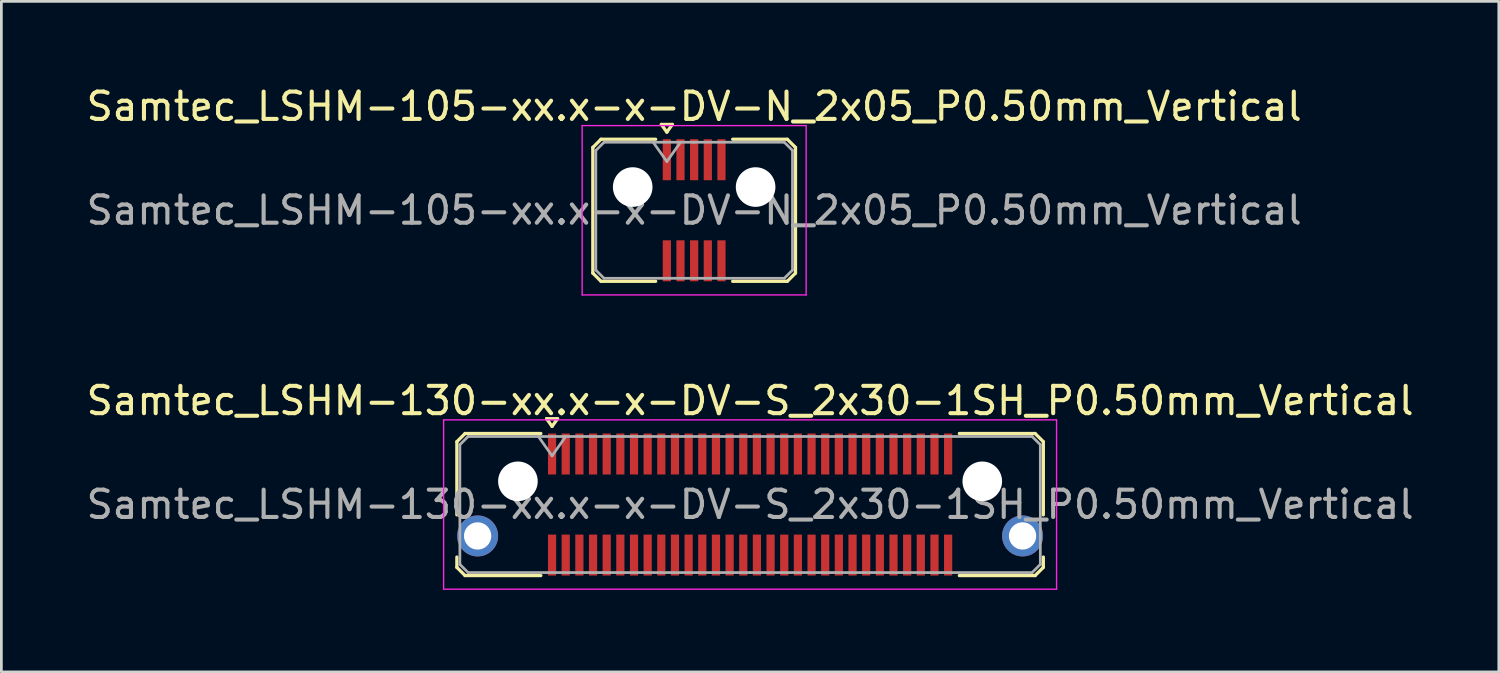
<source format=kicad_pcb>
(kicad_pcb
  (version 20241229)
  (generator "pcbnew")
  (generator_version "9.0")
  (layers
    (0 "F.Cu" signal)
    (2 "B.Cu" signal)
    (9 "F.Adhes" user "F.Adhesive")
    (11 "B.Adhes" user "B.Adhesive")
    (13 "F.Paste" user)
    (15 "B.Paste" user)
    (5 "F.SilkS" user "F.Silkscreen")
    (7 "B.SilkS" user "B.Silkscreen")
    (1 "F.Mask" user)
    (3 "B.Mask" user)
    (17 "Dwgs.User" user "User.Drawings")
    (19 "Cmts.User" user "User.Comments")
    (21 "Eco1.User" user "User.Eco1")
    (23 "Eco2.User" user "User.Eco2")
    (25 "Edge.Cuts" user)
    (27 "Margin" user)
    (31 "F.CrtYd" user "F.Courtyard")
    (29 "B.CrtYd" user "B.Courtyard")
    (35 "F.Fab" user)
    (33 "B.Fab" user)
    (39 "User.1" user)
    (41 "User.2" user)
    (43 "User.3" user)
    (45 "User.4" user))
  (footprint "Samtec_LSHM-105-xx.x-x-DV-N_2x05_P0.50mm_Vertical"
    (layer "F.Cu")
    (at 22.363 4.648)
    (property "Reference" "Samtec_LSHM-105-xx.x-x-DV-N_2x05_P0.50mm_Vertical" (at 0 -3.8 0) (layer "F.SilkS") (effects (font (size 1 1) (thickness 0.15))))
    (attr smd)
    (fp_line (start -3.71 -2.3) (end -3.71 2.3) (stroke (width 0.12) (type solid)) (layer "F.SilkS"))
    (fp_line (start -3.71 2.3) (end -3.41 2.6) (stroke (width 0.12) (type solid)) (layer "F.SilkS"))
    (fp_line (start -3.41 -2.6) (end -3.71 -2.3) (stroke (width 0.12) (type solid)) (layer "F.SilkS"))
    (fp_line (start -3.41 2.6) (end -1.41 2.6) (stroke (width 0.12) (type solid)) (layer "F.SilkS"))
    (fp_line (start -1.41 -2.6) (end -3.41 -2.6) (stroke (width 0.12) (type solid)) (layer "F.SilkS"))
    (fp_line (start -1.2 -3.143) (end -0.8 -3.143) (stroke (width 0.12) (type solid)) (layer "F.SilkS"))
    (fp_line (start -1 -2.86) (end -1.2 -3.143) (stroke (width 0.12) (type solid)) (layer "F.SilkS"))
    (fp_line (start -0.8 -3.143) (end -1 -2.86) (stroke (width 0.12) (type solid)) (layer "F.SilkS"))
    (fp_line (start 1.41 -2.6) (end 3.41 -2.6) (stroke (width 0.12) (type solid)) (layer "F.SilkS"))
    (fp_line (start 3.41 -2.6) (end 3.71 -2.3) (stroke (width 0.12) (type solid)) (layer "F.SilkS"))
    (fp_line (start 3.41 2.6) (end 1.41 2.6) (stroke (width 0.12) (type solid)) (layer "F.SilkS"))
    (fp_line (start 3.71 -2.3) (end 3.71 2.3) (stroke (width 0.12) (type solid)) (layer "F.SilkS"))
    (fp_line (start 3.71 2.3) (end 3.41 2.6) (stroke (width 0.12) (type solid)) (layer "F.SilkS"))
    (fp_line (start -4.1 -3.1) (end -4.1 3.1) (stroke (width 0.05) (type solid)) (layer "F.CrtYd"))
    (fp_line (start -4.1 3.1) (end 4.1 3.1) (stroke (width 0.05) (type solid)) (layer "F.CrtYd"))
    (fp_line (start 4.1 -3.1) (end -4.1 -3.1) (stroke (width 0.05) (type solid)) (layer "F.CrtYd"))
    (fp_line (start 4.1 3.1) (end 4.1 -3.1) (stroke (width 0.05) (type solid)) (layer "F.CrtYd"))
    (fp_line (start -3.6 -2.19) (end -3.6 2.19) (stroke (width 0.1) (type solid)) (layer "F.Fab"))
    (fp_line (start -3.6 2.19) (end -3.3 2.49) (stroke (width 0.1) (type solid)) (layer "F.Fab"))
    (fp_line (start -3.3 -2.49) (end -3.6 -2.19) (stroke (width 0.1) (type solid)) (layer "F.Fab"))
    (fp_line (start -3.3 2.49) (end 0 2.49) (stroke (width 0.1) (type solid)) (layer "F.Fab"))
    (fp_line (start -1.5 -2.49) (end -1 -1.783) (stroke (width 0.1) (type solid)) (layer "F.Fab"))
    (fp_line (start -1 -1.783) (end -0.5 -2.49) (stroke (width 0.1) (type solid)) (layer "F.Fab"))
    (fp_line (start 0 -2.49) (end -3.3 -2.49) (stroke (width 0.1) (type solid)) (layer "F.Fab"))
    (fp_line (start 0 -2.49) (end 3.3 -2.49) (stroke (width 0.1) (type solid)) (layer "F.Fab"))
    (fp_line (start 3.3 -2.49) (end 3.6 -2.19) (stroke (width 0.1) (type solid)) (layer "F.Fab"))
    (fp_line (start 3.3 2.49) (end 0 2.49) (stroke (width 0.1) (type solid)) (layer "F.Fab"))
    (fp_line (start 3.6 -2.19) (end 3.6 2.19) (stroke (width 0.1) (type solid)) (layer "F.Fab"))
    (fp_line (start 3.6 2.19) (end 3.3 2.49) (stroke (width 0.1) (type solid)) (layer "F.Fab"))
    (fp_text user "${REFERENCE}" (at 0 0 0) (layer "F.Fab") (effects (font (size 1 1) (thickness 0.15))))
    (pad "" np_thru_hole circle (at -2.25 -0.85) (size 1.45 1.45) (drill 1.45) (layers "*.Cu" "*.Mask"))
    (pad "" np_thru_hole circle (at 2.25 -0.85) (size 1.45 1.45) (drill 1.45) (layers "*.Cu" "*.Mask"))
    (pad "1" smd rect (at -1 -1.85) (size 0.3 1.5) (layers "F.Cu" "F.Mask" "F.Paste"))
    (pad "2" smd rect (at -1 1.85) (size 0.3 1.5) (layers "F.Cu" "F.Mask" "F.Paste"))
    (pad "3" smd rect (at -0.5 -1.85) (size 0.3 1.5) (layers "F.Cu" "F.Mask" "F.Paste"))
    (pad "4" smd rect (at -0.5 1.85) (size 0.3 1.5) (layers "F.Cu" "F.Mask" "F.Paste"))
    (pad "5" smd rect (at 0 -1.85) (size 0.3 1.5) (layers "F.Cu" "F.Mask" "F.Paste"))
    (pad "6" smd rect (at 0 1.85) (size 0.3 1.5) (layers "F.Cu" "F.Mask" "F.Paste"))
    (pad "7" smd rect (at 0.5 -1.85) (size 0.3 1.5) (layers "F.Cu" "F.Mask" "F.Paste"))
    (pad "8" smd rect (at 0.5 1.85) (size 0.3 1.5) (layers "F.Cu" "F.Mask" "F.Paste"))
    (pad "9" smd rect (at 1 -1.85) (size 0.3 1.5) (layers "F.Cu" "F.Mask" "F.Paste"))
    (pad "10" smd rect (at 1 1.85) (size 0.3 1.5) (layers "F.Cu" "F.Mask" "F.Paste")))
  (footprint "Samtec_LSHM-130-xx.x-x-DV-S_2x30-1SH_P0.50mm_Vertical"
    (layer "F.Cu")
    (at 24.411 15.421)
    (property "Reference" "Samtec_LSHM-130-xx.x-x-DV-S_2x30-1SH_P0.50mm_Vertical" (at 0 -3.8 0) (layer "F.SilkS") (effects (font (size 1 1) (thickness 0.15))))
    (attr smd)
    (fp_line (start -10.735 -2.3) (end -10.735 0.377) (stroke (width 0.12) (type solid)) (layer "F.SilkS"))
    (fp_line (start -10.735 1.923) (end -10.735 2.3) (stroke (width 0.12) (type solid)) (layer "F.SilkS"))
    (fp_line (start -10.735 2.3) (end -10.435 2.6) (stroke (width 0.12) (type solid)) (layer "F.SilkS"))
    (fp_line (start -10.435 -2.6) (end -10.735 -2.3) (stroke (width 0.12) (type solid)) (layer "F.SilkS"))
    (fp_line (start -10.435 2.6) (end -7.66 2.6) (stroke (width 0.12) (type solid)) (layer "F.SilkS"))
    (fp_line (start -7.66 -2.6) (end -10.435 -2.6) (stroke (width 0.12) (type solid)) (layer "F.SilkS"))
    (fp_line (start -7.45 -3.143) (end -7.05 -3.143) (stroke (width 0.12) (type solid)) (layer "F.SilkS"))
    (fp_line (start -7.25 -2.86) (end -7.45 -3.143) (stroke (width 0.12) (type solid)) (layer "F.SilkS"))
    (fp_line (start -7.05 -3.143) (end -7.25 -2.86) (stroke (width 0.12) (type solid)) (layer "F.SilkS"))
    (fp_line (start 7.66 -2.6) (end 10.435 -2.6) (stroke (width 0.12) (type solid)) (layer "F.SilkS"))
    (fp_line (start 10.435 -2.6) (end 10.735 -2.3) (stroke (width 0.12) (type solid)) (layer "F.SilkS"))
    (fp_line (start 10.435 2.6) (end 7.66 2.6) (stroke (width 0.12) (type solid)) (layer "F.SilkS"))
    (fp_line (start 10.735 -2.3) (end 10.735 0.377) (stroke (width 0.12) (type solid)) (layer "F.SilkS"))
    (fp_line (start 10.735 1.923) (end 10.735 2.3) (stroke (width 0.12) (type solid)) (layer "F.SilkS"))
    (fp_line (start 10.735 2.3) (end 10.435 2.6) (stroke (width 0.12) (type solid)) (layer "F.SilkS"))
    (fp_line (start -11.22 -3.1) (end -11.22 3.1) (stroke (width 0.05) (type solid)) (layer "F.CrtYd"))
    (fp_line (start -11.22 3.1) (end 11.22 3.1) (stroke (width 0.05) (type solid)) (layer "F.CrtYd"))
    (fp_line (start 11.22 -3.1) (end -11.22 -3.1) (stroke (width 0.05) (type solid)) (layer "F.CrtYd"))
    (fp_line (start 11.22 3.1) (end 11.22 -3.1) (stroke (width 0.05) (type solid)) (layer "F.CrtYd"))
    (fp_line (start -10.625 -2.19) (end -10.625 2.19) (stroke (width 0.1) (type solid)) (layer "F.Fab"))
    (fp_line (start -10.625 2.19) (end -10.325 2.49) (stroke (width 0.1) (type solid)) (layer "F.Fab"))
    (fp_line (start -10.325 -2.49) (end -10.625 -2.19) (stroke (width 0.1) (type solid)) (layer "F.Fab"))
    (fp_line (start -10.325 2.49) (end 0 2.49) (stroke (width 0.1) (type solid)) (layer "F.Fab"))
    (fp_line (start -7.75 -2.49) (end -7.25 -1.783) (stroke (width 0.1) (type solid)) (layer "F.Fab"))
    (fp_line (start -7.25 -1.783) (end -6.75 -2.49) (stroke (width 0.1) (type solid)) (layer "F.Fab"))
    (fp_line (start 0 -2.49) (end -10.325 -2.49) (stroke (width 0.1) (type solid)) (layer "F.Fab"))
    (fp_line (start 0 -2.49) (end 10.325 -2.49) (stroke (width 0.1) (type solid)) (layer "F.Fab"))
    (fp_line (start 10.325 -2.49) (end 10.625 -2.19) (stroke (width 0.1) (type solid)) (layer "F.Fab"))
    (fp_line (start 10.325 2.49) (end 0 2.49) (stroke (width 0.1) (type solid)) (layer "F.Fab"))
    (fp_line (start 10.625 -2.19) (end 10.625 2.19) (stroke (width 0.1) (type solid)) (layer "F.Fab"))
    (fp_line (start 10.625 2.19) (end 10.325 2.49) (stroke (width 0.1) (type solid)) (layer "F.Fab"))
    (fp_text user "${REFERENCE}" (at 0 0 0) (layer "F.Fab") (effects (font (size 1 1) (thickness 0.15))))
    (pad "" np_thru_hole circle (at -8.5 -0.85) (size 1.45 1.45) (drill 1.45) (layers "*.Cu" "*.Mask"))
    (pad "" np_thru_hole circle (at 8.5 -0.85) (size 1.45 1.45) (drill 1.45) (layers "*.Cu" "*.Mask"))
    (pad "1" smd rect (at -7.25 -1.85) (size 0.3 1.5) (layers "F.Cu" "F.Mask" "F.Paste"))
    (pad "2" smd rect (at -7.25 1.85) (size 0.3 1.5) (layers "F.Cu" "F.Mask" "F.Paste"))
    (pad "3" smd rect (at -6.75 -1.85) (size 0.3 1.5) (layers "F.Cu" "F.Mask" "F.Paste"))
    (pad "4" smd rect (at -6.75 1.85) (size 0.3 1.5) (layers "F.Cu" "F.Mask" "F.Paste"))
    (pad "5" smd rect (at -6.25 -1.85) (size 0.3 1.5) (layers "F.Cu" "F.Mask" "F.Paste"))
    (pad "6" smd rect (at -6.25 1.85) (size 0.3 1.5) (layers "F.Cu" "F.Mask" "F.Paste"))
    (pad "7" smd rect (at -5.75 -1.85) (size 0.3 1.5) (layers "F.Cu" "F.Mask" "F.Paste"))
    (pad "8" smd rect (at -5.75 1.85) (size 0.3 1.5) (layers "F.Cu" "F.Mask" "F.Paste"))
    (pad "9" smd rect (at -5.25 -1.85) (size 0.3 1.5) (layers "F.Cu" "F.Mask" "F.Paste"))
    (pad "10" smd rect (at -5.25 1.85) (size 0.3 1.5) (layers "F.Cu" "F.Mask" "F.Paste"))
    (pad "11" smd rect (at -4.75 -1.85) (size 0.3 1.5) (layers "F.Cu" "F.Mask" "F.Paste"))
    (pad "12" smd rect (at -4.75 1.85) (size 0.3 1.5) (layers "F.Cu" "F.Mask" "F.Paste"))
    (pad "13" smd rect (at -4.25 -1.85) (size 0.3 1.5) (layers "F.Cu" "F.Mask" "F.Paste"))
    (pad "14" smd rect (at -4.25 1.85) (size 0.3 1.5) (layers "F.Cu" "F.Mask" "F.Paste"))
    (pad "15" smd rect (at -3.75 -1.85) (size 0.3 1.5) (layers "F.Cu" "F.Mask" "F.Paste"))
    (pad "16" smd rect (at -3.75 1.85) (size 0.3 1.5) (layers "F.Cu" "F.Mask" "F.Paste"))
    (pad "17" smd rect (at -3.25 -1.85) (size 0.3 1.5) (layers "F.Cu" "F.Mask" "F.Paste"))
    (pad "18" smd rect (at -3.25 1.85) (size 0.3 1.5) (layers "F.Cu" "F.Mask" "F.Paste"))
    (pad "19" smd rect (at -2.75 -1.85) (size 0.3 1.5) (layers "F.Cu" "F.Mask" "F.Paste"))
    (pad "20" smd rect (at -2.75 1.85) (size 0.3 1.5) (layers "F.Cu" "F.Mask" "F.Paste"))
    (pad "21" smd rect (at -2.25 -1.85) (size 0.3 1.5) (layers "F.Cu" "F.Mask" "F.Paste"))
    (pad "22" smd rect (at -2.25 1.85) (size 0.3 1.5) (layers "F.Cu" "F.Mask" "F.Paste"))
    (pad "23" smd rect (at -1.75 -1.85) (size 0.3 1.5) (layers "F.Cu" "F.Mask" "F.Paste"))
    (pad "24" smd rect (at -1.75 1.85) (size 0.3 1.5) (layers "F.Cu" "F.Mask" "F.Paste"))
    (pad "25" smd rect (at -1.25 -1.85) (size 0.3 1.5) (layers "F.Cu" "F.Mask" "F.Paste"))
    (pad "26" smd rect (at -1.25 1.85) (size 0.3 1.5) (layers "F.Cu" "F.Mask" "F.Paste"))
    (pad "27" smd rect (at -0.75 -1.85) (size 0.3 1.5) (layers "F.Cu" "F.Mask" "F.Paste"))
    (pad "28" smd rect (at -0.75 1.85) (size 0.3 1.5) (layers "F.Cu" "F.Mask" "F.Paste"))
    (pad "29" smd rect (at -0.25 -1.85) (size 0.3 1.5) (layers "F.Cu" "F.Mask" "F.Paste"))
    (pad "30" smd rect (at -0.25 1.85) (size 0.3 1.5) (layers "F.Cu" "F.Mask" "F.Paste"))
    (pad "31" smd rect (at 0.25 -1.85) (size 0.3 1.5) (layers "F.Cu" "F.Mask" "F.Paste"))
    (pad "32" smd rect (at 0.25 1.85) (size 0.3 1.5) (layers "F.Cu" "F.Mask" "F.Paste"))
    (pad "33" smd rect (at 0.75 -1.85) (size 0.3 1.5) (layers "F.Cu" "F.Mask" "F.Paste"))
    (pad "34" smd rect (at 0.75 1.85) (size 0.3 1.5) (layers "F.Cu" "F.Mask" "F.Paste"))
    (pad "35" smd rect (at 1.25 -1.85) (size 0.3 1.5) (layers "F.Cu" "F.Mask" "F.Paste"))
    (pad "36" smd rect (at 1.25 1.85) (size 0.3 1.5) (layers "F.Cu" "F.Mask" "F.Paste"))
    (pad "37" smd rect (at 1.75 -1.85) (size 0.3 1.5) (layers "F.Cu" "F.Mask" "F.Paste"))
    (pad "38" smd rect (at 1.75 1.85) (size 0.3 1.5) (layers "F.Cu" "F.Mask" "F.Paste"))
    (pad "39" smd rect (at 2.25 -1.85) (size 0.3 1.5) (layers "F.Cu" "F.Mask" "F.Paste"))
    (pad "40" smd rect (at 2.25 1.85) (size 0.3 1.5) (layers "F.Cu" "F.Mask" "F.Paste"))
    (pad "41" smd rect (at 2.75 -1.85) (size 0.3 1.5) (layers "F.Cu" "F.Mask" "F.Paste"))
    (pad "42" smd rect (at 2.75 1.85) (size 0.3 1.5) (layers "F.Cu" "F.Mask" "F.Paste"))
    (pad "43" smd rect (at 3.25 -1.85) (size 0.3 1.5) (layers "F.Cu" "F.Mask" "F.Paste"))
    (pad "44" smd rect (at 3.25 1.85) (size 0.3 1.5) (layers "F.Cu" "F.Mask" "F.Paste"))
    (pad "45" smd rect (at 3.75 -1.85) (size 0.3 1.5) (layers "F.Cu" "F.Mask" "F.Paste"))
    (pad "46" smd rect (at 3.75 1.85) (size 0.3 1.5) (layers "F.Cu" "F.Mask" "F.Paste"))
    (pad "47" smd rect (at 4.25 -1.85) (size 0.3 1.5) (layers "F.Cu" "F.Mask" "F.Paste"))
    (pad "48" smd rect (at 4.25 1.85) (size 0.3 1.5) (layers "F.Cu" "F.Mask" "F.Paste"))
    (pad "49" smd rect (at 4.75 -1.85) (size 0.3 1.5) (layers "F.Cu" "F.Mask" "F.Paste"))
    (pad "50" smd rect (at 4.75 1.85) (size 0.3 1.5) (layers "F.Cu" "F.Mask" "F.Paste"))
    (pad "51" smd rect (at 5.25 -1.85) (size 0.3 1.5) (layers "F.Cu" "F.Mask" "F.Paste"))
    (pad "52" smd rect (at 5.25 1.85) (size 0.3 1.5) (layers "F.Cu" "F.Mask" "F.Paste"))
    (pad "53" smd rect (at 5.75 -1.85) (size 0.3 1.5) (layers "F.Cu" "F.Mask" "F.Paste"))
    (pad "54" smd rect (at 5.75 1.85) (size 0.3 1.5) (layers "F.Cu" "F.Mask" "F.Paste"))
    (pad "55" smd rect (at 6.25 -1.85) (size 0.3 1.5) (layers "F.Cu" "F.Mask" "F.Paste"))
    (pad "56" smd rect (at 6.25 1.85) (size 0.3 1.5) (layers "F.Cu" "F.Mask" "F.Paste"))
    (pad "57" smd rect (at 6.75 -1.85) (size 0.3 1.5) (layers "F.Cu" "F.Mask" "F.Paste"))
    (pad "58" smd rect (at 6.75 1.85) (size 0.3 1.5) (layers "F.Cu" "F.Mask" "F.Paste"))
    (pad "59" smd rect (at 7.25 -1.85) (size 0.3 1.5) (layers "F.Cu" "F.Mask" "F.Paste"))
    (pad "60" smd rect (at 7.25 1.85) (size 0.3 1.5) (layers "F.Cu" "F.Mask" "F.Paste"))
    (pad "SH" thru_hole circle (at -9.975 1.15) (size 1.5 1.5) (drill 1) (layers "*.Cu" "*.Mask"))
    (pad "SH" thru_hole circle (at 9.975 1.15) (size 1.5 1.5) (drill 1) (layers "*.Cu" "*.Mask")))
  (gr_rect
    (start -3 -3)
    (end 51.821 21.547)
    (stroke (width 0.1) (type default))
    (fill no)
    (layer "Edge.Cuts")))
</source>
